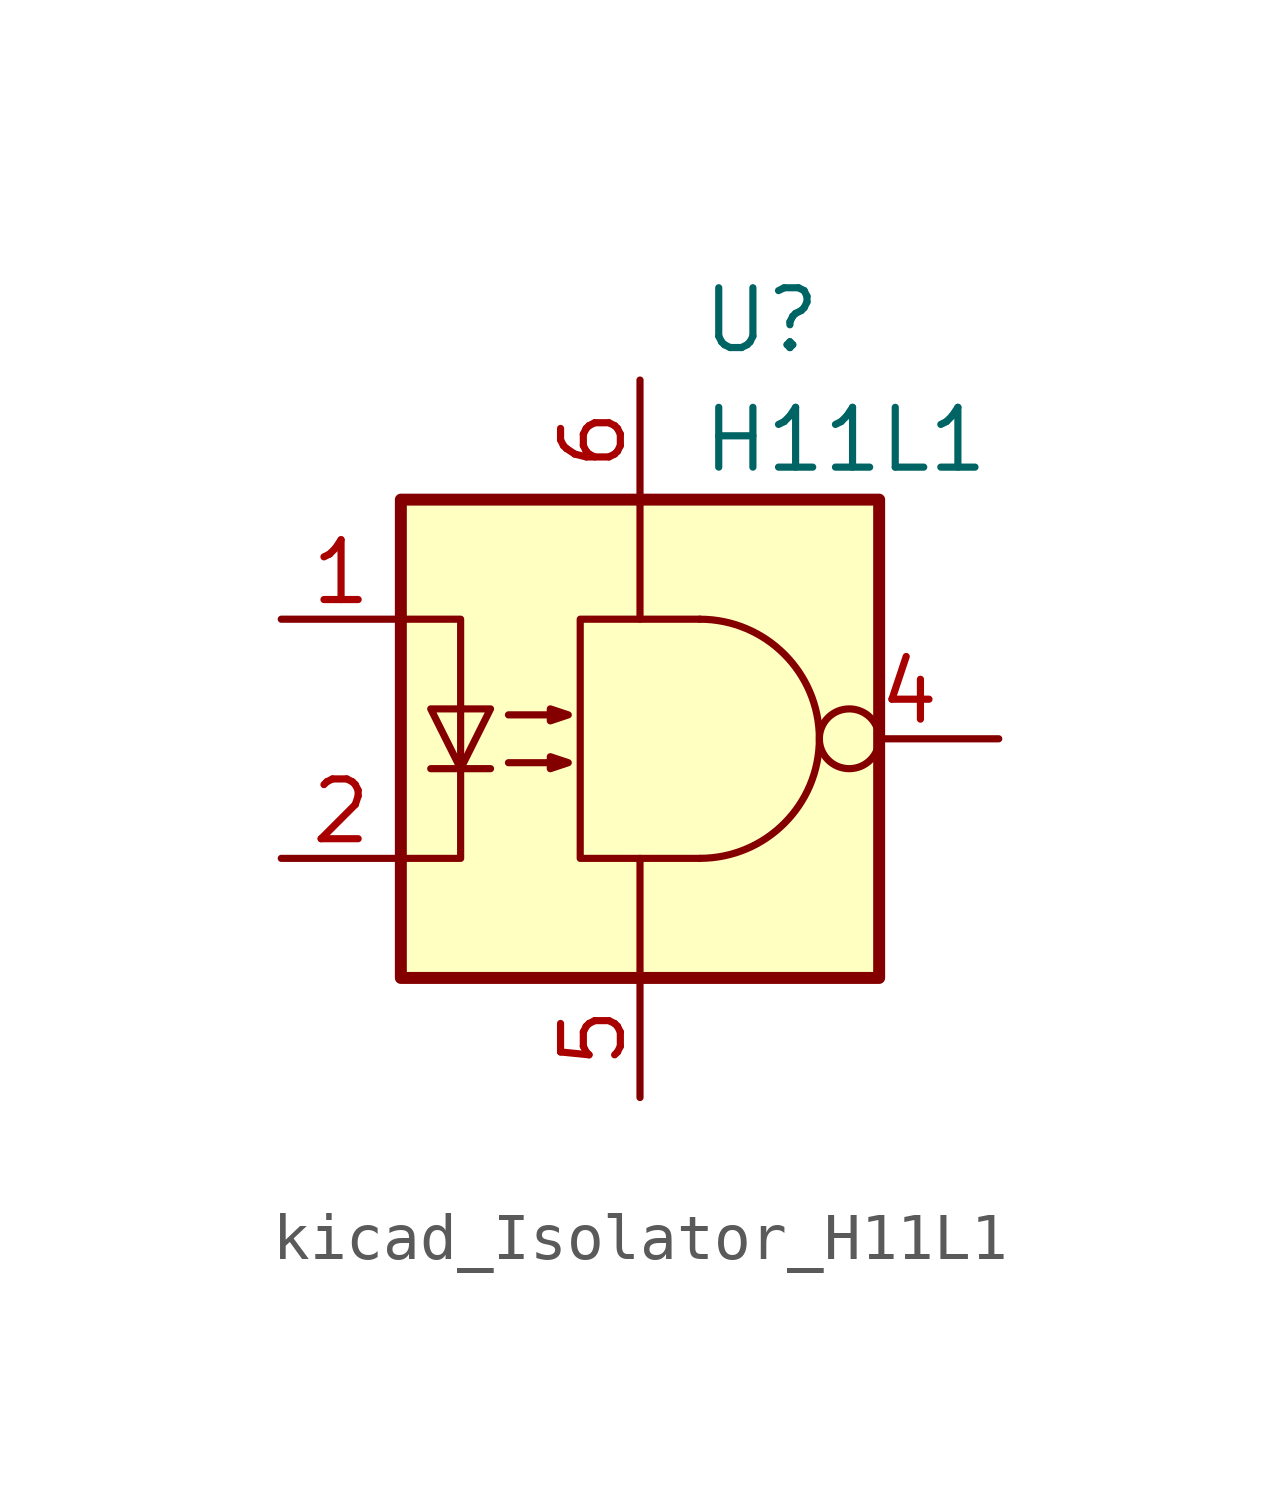
<source format=kicad_sym>
(kicad_symbol_lib
  (version 20220914)
  (generator kicad_symbol_editor)
  (symbol "kicad_Isolator_H11L1"
    (pin_names
      (offset 1.016))
    (property "Reference" "U"
      (at 1.27 8.89 0)
      (effects (font (size 1.27 1.27)) (justify left)))
    (property "Value" "H11L1"
      (at 1.27 6.35 0)
      (effects (font (size 1.27 1.27)) (justify left)))
    (symbol "kicad_Isolator_H11L1_0_1"
      (rectangle (start -5.08 5.08) (end 5.08 -5.08) (stroke (width 0.254) (type default)) (fill (type background)))
      (polyline (pts (xy -4.445 -0.635) (xy -3.175 -0.635)) (stroke (width 0) (type default)) (fill (type none)))
      (polyline (pts (xy 0 2.54) (xy 0 5.08)) (stroke (width 0) (type default)) (fill (type none)))
      (polyline (pts (xy 0 -2.54) (xy 0 -5.08) (xy 0 -3.81)) (stroke (width 0) (type default)) (fill (type none)))
      (polyline (pts (xy -5.08 -2.54) (xy -3.81 -2.54) (xy -3.81 2.54) (xy -5.08 2.54)) (stroke (width 0) (type default)) (fill (type none)))
      (polyline (pts (xy -3.81 -0.635) (xy -4.445 0.635) (xy -3.175 0.635) (xy -3.81 -0.635)) (stroke (width 0) (type default)) (fill (type none)))
      (polyline (pts (xy 1.27 -2.54) (xy -1.27 -2.54) (xy -1.27 2.54) (xy 1.27 2.54)) (stroke (width 0) (type default)) (fill (type none)))
      (polyline (pts (xy -2.794 -0.508) (xy -1.524 -0.508) (xy -1.905 -0.635) (xy -1.905 -0.381) (xy -1.524 -0.508)) (stroke (width 0) (type default)) (fill (type none)))
      (polyline (pts (xy -2.794 0.508) (xy -1.524 0.508) (xy -1.905 0.381) (xy -1.905 0.635) (xy -1.524 0.508)) (stroke (width 0) (type default)) (fill (type none)))
      (arc (start 1.27 -2.54) (mid 3.799 0) (end 1.27 2.54) (stroke (width 0) (type default)) (fill (type none))))
    (symbol "kicad_Isolator_H11L1_1_1"
      (pin passive line (at -7.62 2.54 0) (length 2.54) (name "~" (effects (font (size 1.27 1.27)))) (number "1" (effects (font (size 1.27 1.27)))))
      (pin passive line (at -7.62 -2.54 0) (length 2.54) (name "~" (effects (font (size 1.27 1.27)))) (number "2" (effects (font (size 1.27 1.27)))))
      (pin no_connect line (at -5.08 0 0) (length 2.54) hide (name "~" (effects (font (size 1.27 1.27)))) (number "3" (effects (font (size 1.27 1.27)))))
      (pin output inverted (at 7.62 0 180) (length 3.81) (name "~" (effects (font (size 1.27 1.27)))) (number "4" (effects (font (size 1.27 1.27)))))
      (pin power_in line (at 0 -7.62 90) (length 2.54) (name "~" (effects (font (size 1.27 1.27)))) (number "5" (effects (font (size 1.27 1.27)))))
      (pin power_in line (at 0 7.62 270) (length 2.54) (name "~" (effects (font (size 1.27 1.27)))) (number "6" (effects (font (size 1.27 1.27))))))))
</source>
